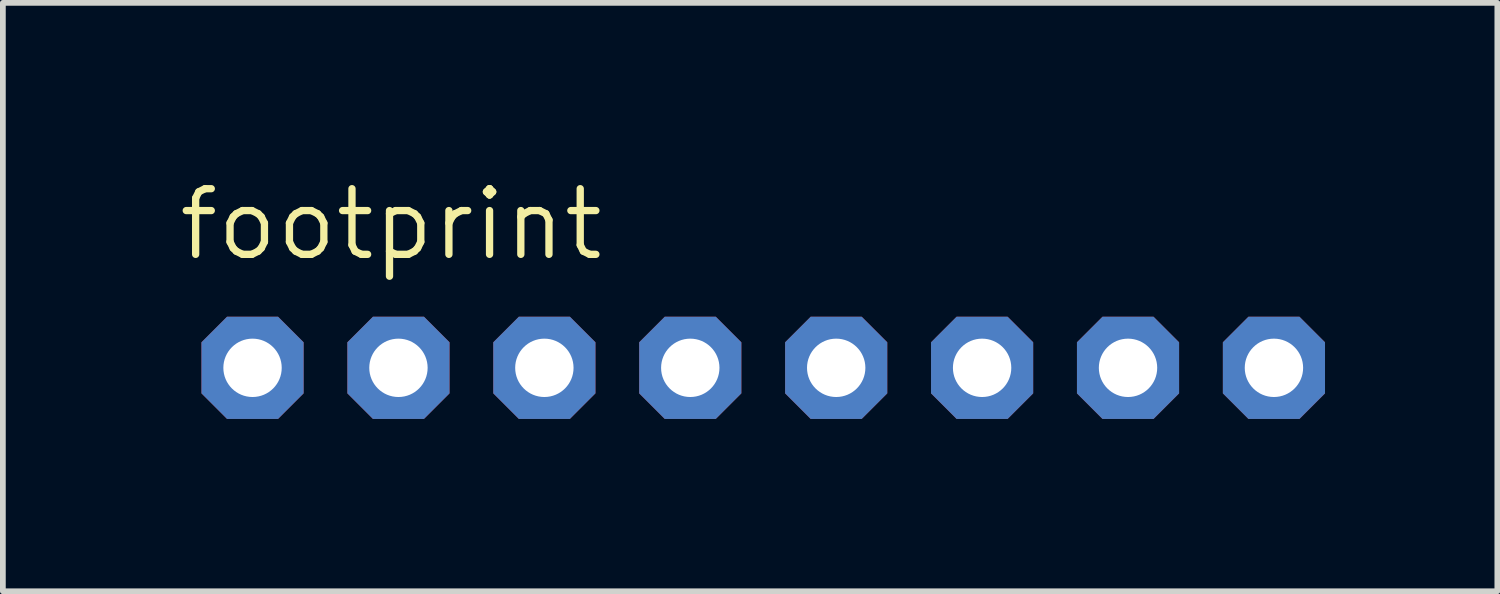
<source format=kicad_pcb>
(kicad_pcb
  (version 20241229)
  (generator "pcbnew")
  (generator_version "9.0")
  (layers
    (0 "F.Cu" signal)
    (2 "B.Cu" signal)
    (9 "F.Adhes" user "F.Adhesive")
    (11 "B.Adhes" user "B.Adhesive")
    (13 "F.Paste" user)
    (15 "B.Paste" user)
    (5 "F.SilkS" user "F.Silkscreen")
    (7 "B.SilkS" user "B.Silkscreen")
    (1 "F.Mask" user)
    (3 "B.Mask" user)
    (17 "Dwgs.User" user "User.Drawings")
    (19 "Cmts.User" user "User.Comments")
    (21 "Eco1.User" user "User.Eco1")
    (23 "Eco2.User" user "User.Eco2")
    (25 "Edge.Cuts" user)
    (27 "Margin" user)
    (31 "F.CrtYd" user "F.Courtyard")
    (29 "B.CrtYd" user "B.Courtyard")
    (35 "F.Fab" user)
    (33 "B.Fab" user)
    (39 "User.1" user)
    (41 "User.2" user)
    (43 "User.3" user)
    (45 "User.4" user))
  (footprint "footprint"
    (layer "F.Cu")
    (at 10.236 3.353)
    (property "Reference" "footprint" (at -10.236 -1.829 0) (layer "F.SilkS") (effects (font (size 1.143 1.143) (thickness 0.127)) (justify left bottom)))
    (fp_poly (pts (xy -9.144 0.254) (xy -8.636 0.254) (xy -8.636 -0.254) (xy -9.144 -0.254)) (stroke (width 0.1) (type solid)) (fill no) (layer "F.Fab"))
    (fp_poly (pts (xy -6.604 0.254) (xy -6.096 0.254) (xy -6.096 -0.254) (xy -6.604 -0.254)) (stroke (width 0.1) (type solid)) (fill no) (layer "F.Fab"))
    (fp_poly (pts (xy -4.064 0.254) (xy -3.556 0.254) (xy -3.556 -0.254) (xy -4.064 -0.254)) (stroke (width 0.1) (type solid)) (fill no) (layer "F.Fab"))
    (fp_poly (pts (xy -1.524 0.254) (xy -1.016 0.254) (xy -1.016 -0.254) (xy -1.524 -0.254)) (stroke (width 0.1) (type solid)) (fill no) (layer "F.Fab"))
    (fp_poly (pts (xy 1.016 0.254) (xy 1.524 0.254) (xy 1.524 -0.254) (xy 1.016 -0.254)) (stroke (width 0.1) (type solid)) (fill no) (layer "F.Fab"))
    (fp_poly (pts (xy 3.556 0.254) (xy 4.064 0.254) (xy 4.064 -0.254) (xy 3.556 -0.254)) (stroke (width 0.1) (type solid)) (fill no) (layer "F.Fab"))
    (fp_poly (pts (xy 6.096 0.254) (xy 6.604 0.254) (xy 6.604 -0.254) (xy 6.096 -0.254)) (stroke (width 0.1) (type solid)) (fill no) (layer "F.Fab"))
    (fp_poly (pts (xy 8.636 0.254) (xy 9.144 0.254) (xy 9.144 -0.254) (xy 8.636 -0.254)) (stroke (width 0.1) (type solid)) (fill no) (layer "F.Fab"))
    (pad "1" thru_hole roundrect (at -8.89 0 90) (size 1.778 1.778) (drill 1.016) (layers "*.Cu" "*.Mask") (roundrect_rratio 0.25) (chamfer_ratio 0.25) (chamfer top_left top_right bottom_left bottom_right))
    (pad "2" thru_hole roundrect (at -6.35 0 90) (size 1.778 1.778) (drill 1.016) (layers "*.Cu" "*.Mask") (roundrect_rratio 0.25) (chamfer_ratio 0.25) (chamfer top_left top_right bottom_left bottom_right))
    (pad "3" thru_hole roundrect (at -3.81 0 90) (size 1.778 1.778) (drill 1.016) (layers "*.Cu" "*.Mask") (roundrect_rratio 0.25) (chamfer_ratio 0.25) (chamfer top_left top_right bottom_left bottom_right))
    (pad "4" thru_hole roundrect (at -1.27 0 90) (size 1.778 1.778) (drill 1.016) (layers "*.Cu" "*.Mask") (roundrect_rratio 0.25) (chamfer_ratio 0.25) (chamfer top_left top_right bottom_left bottom_right))
    (pad "5" thru_hole roundrect (at 1.27 0 90) (size 1.778 1.778) (drill 1.016) (layers "*.Cu" "*.Mask") (roundrect_rratio 0.25) (chamfer_ratio 0.25) (chamfer top_left top_right bottom_left bottom_right))
    (pad "6" thru_hole roundrect (at 3.81 0 90) (size 1.778 1.778) (drill 1.016) (layers "*.Cu" "*.Mask") (roundrect_rratio 0.25) (chamfer_ratio 0.25) (chamfer top_left top_right bottom_left bottom_right))
    (pad "7" thru_hole roundrect (at 6.35 0 90) (size 1.778 1.778) (drill 1.016) (layers "*.Cu" "*.Mask") (roundrect_rratio 0.25) (chamfer_ratio 0.25) (chamfer top_left top_right bottom_left bottom_right))
    (pad "8" thru_hole roundrect (at 8.89 0 90) (size 1.778 1.778) (drill 1.016) (layers "*.Cu" "*.Mask") (roundrect_rratio 0.25) (chamfer_ratio 0.25) (chamfer top_left top_right bottom_left bottom_right)))
  (gr_rect
    (start -3 -3)
    (end 23.015 7.242)
    (stroke (width 0.1) (type default))
    (fill no)
    (layer "Edge.Cuts")))
</source>
